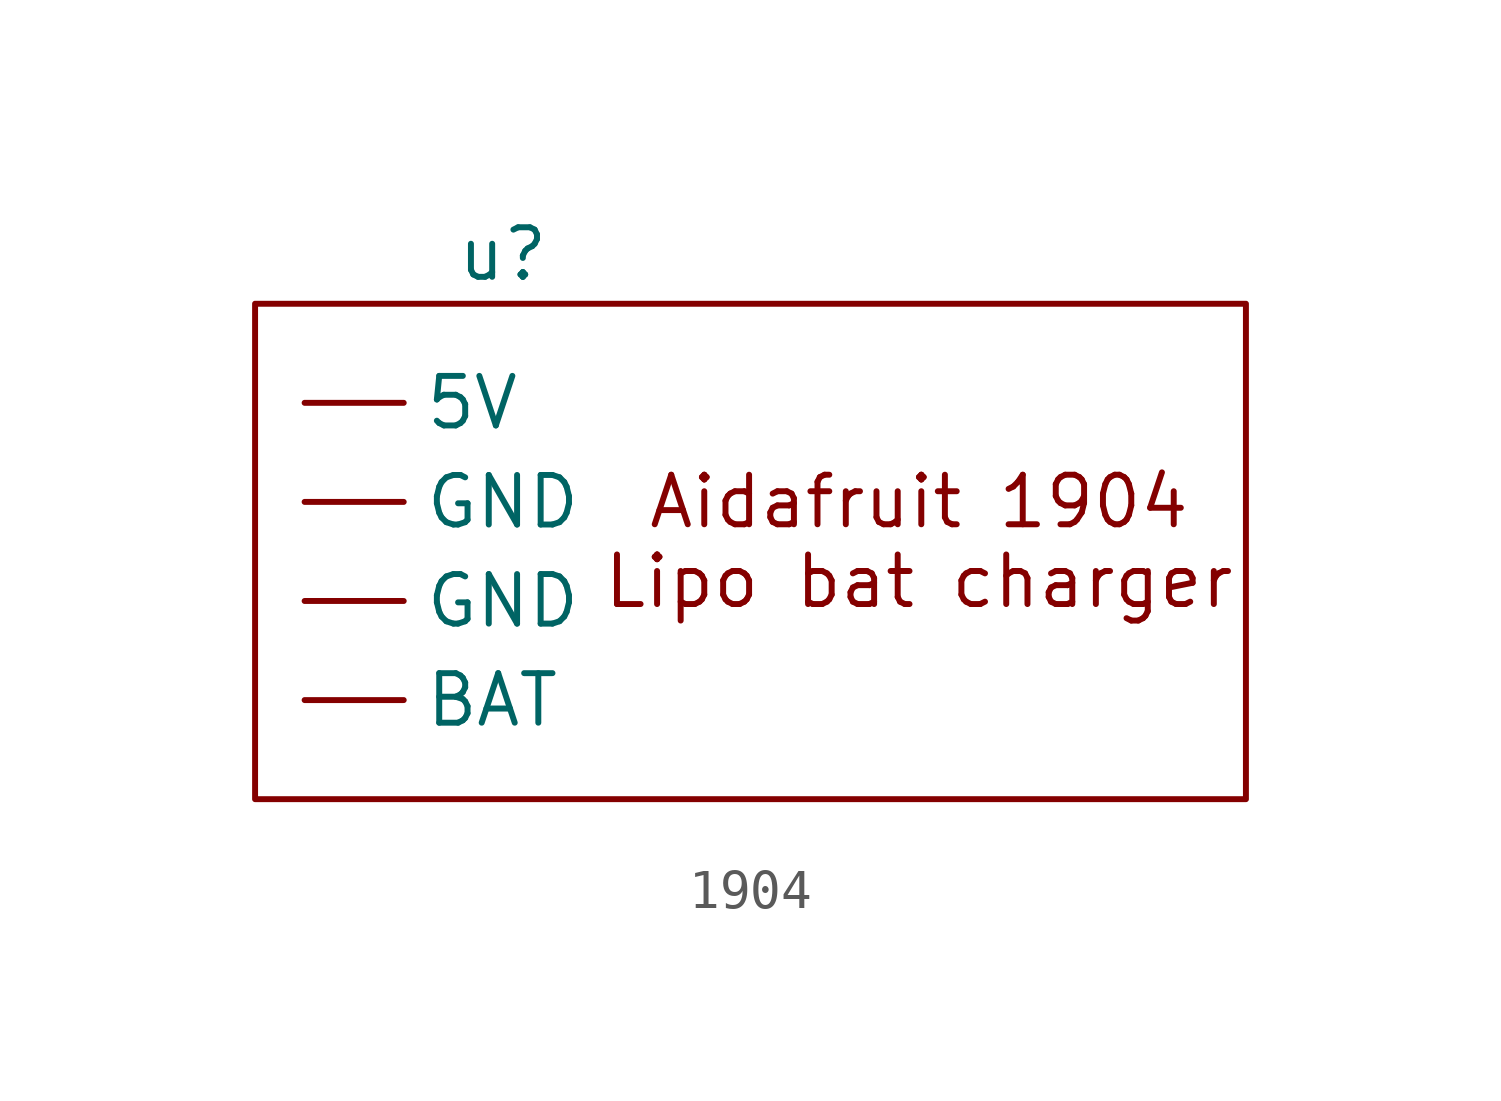
<source format=kicad_sym>
(kicad_symbol_lib
  (version 20231120)
  (generator "kicad_symbol_editor")
  (generator_version "8.0")
  (symbol "1904"
    (property "Reference" "u"
      (at 0 0 0)
      (effects (font (size 1.27 1.27))))
    (property "Value" ""
      (at 0 0 0)
      (effects (font (size 1.27 1.27))))
    (symbol "1904_0_1"
      (rectangle (start -6.35 -1.27) (end 19.05 -13.97) (stroke (width 0) (type default)) (fill (type none))))
    (symbol "1904_1_1"
      (text "Aidafruit 1904\nLipo bat charger\n" (at 10.668 -7.366 0) (effects (font (size 1.27 1.27))))
      (pin input line (at -5.08 -3.81 0) (length 2.54) (name "5V" (effects (font (size 1.27 1.27)))) (number "" (effects (font (size 1.27 1.27)))))
      (pin input line (at -5.08 -11.43 0) (length 2.54) (name "BAT" (effects (font (size 1.27 1.27)))) (number "" (effects (font (size 1.27 1.27)))))
      (pin input line (at -5.08 -8.89 0) (length 2.54) (name "GND" (effects (font (size 1.27 1.27)))) (number "" (effects (font (size 1.27 1.27)))))
      (pin input line (at -5.08 -6.35 0) (length 2.54) (name "GND" (effects (font (size 1.27 1.27)))) (number "" (effects (font (size 1.27 1.27))))))))
</source>
